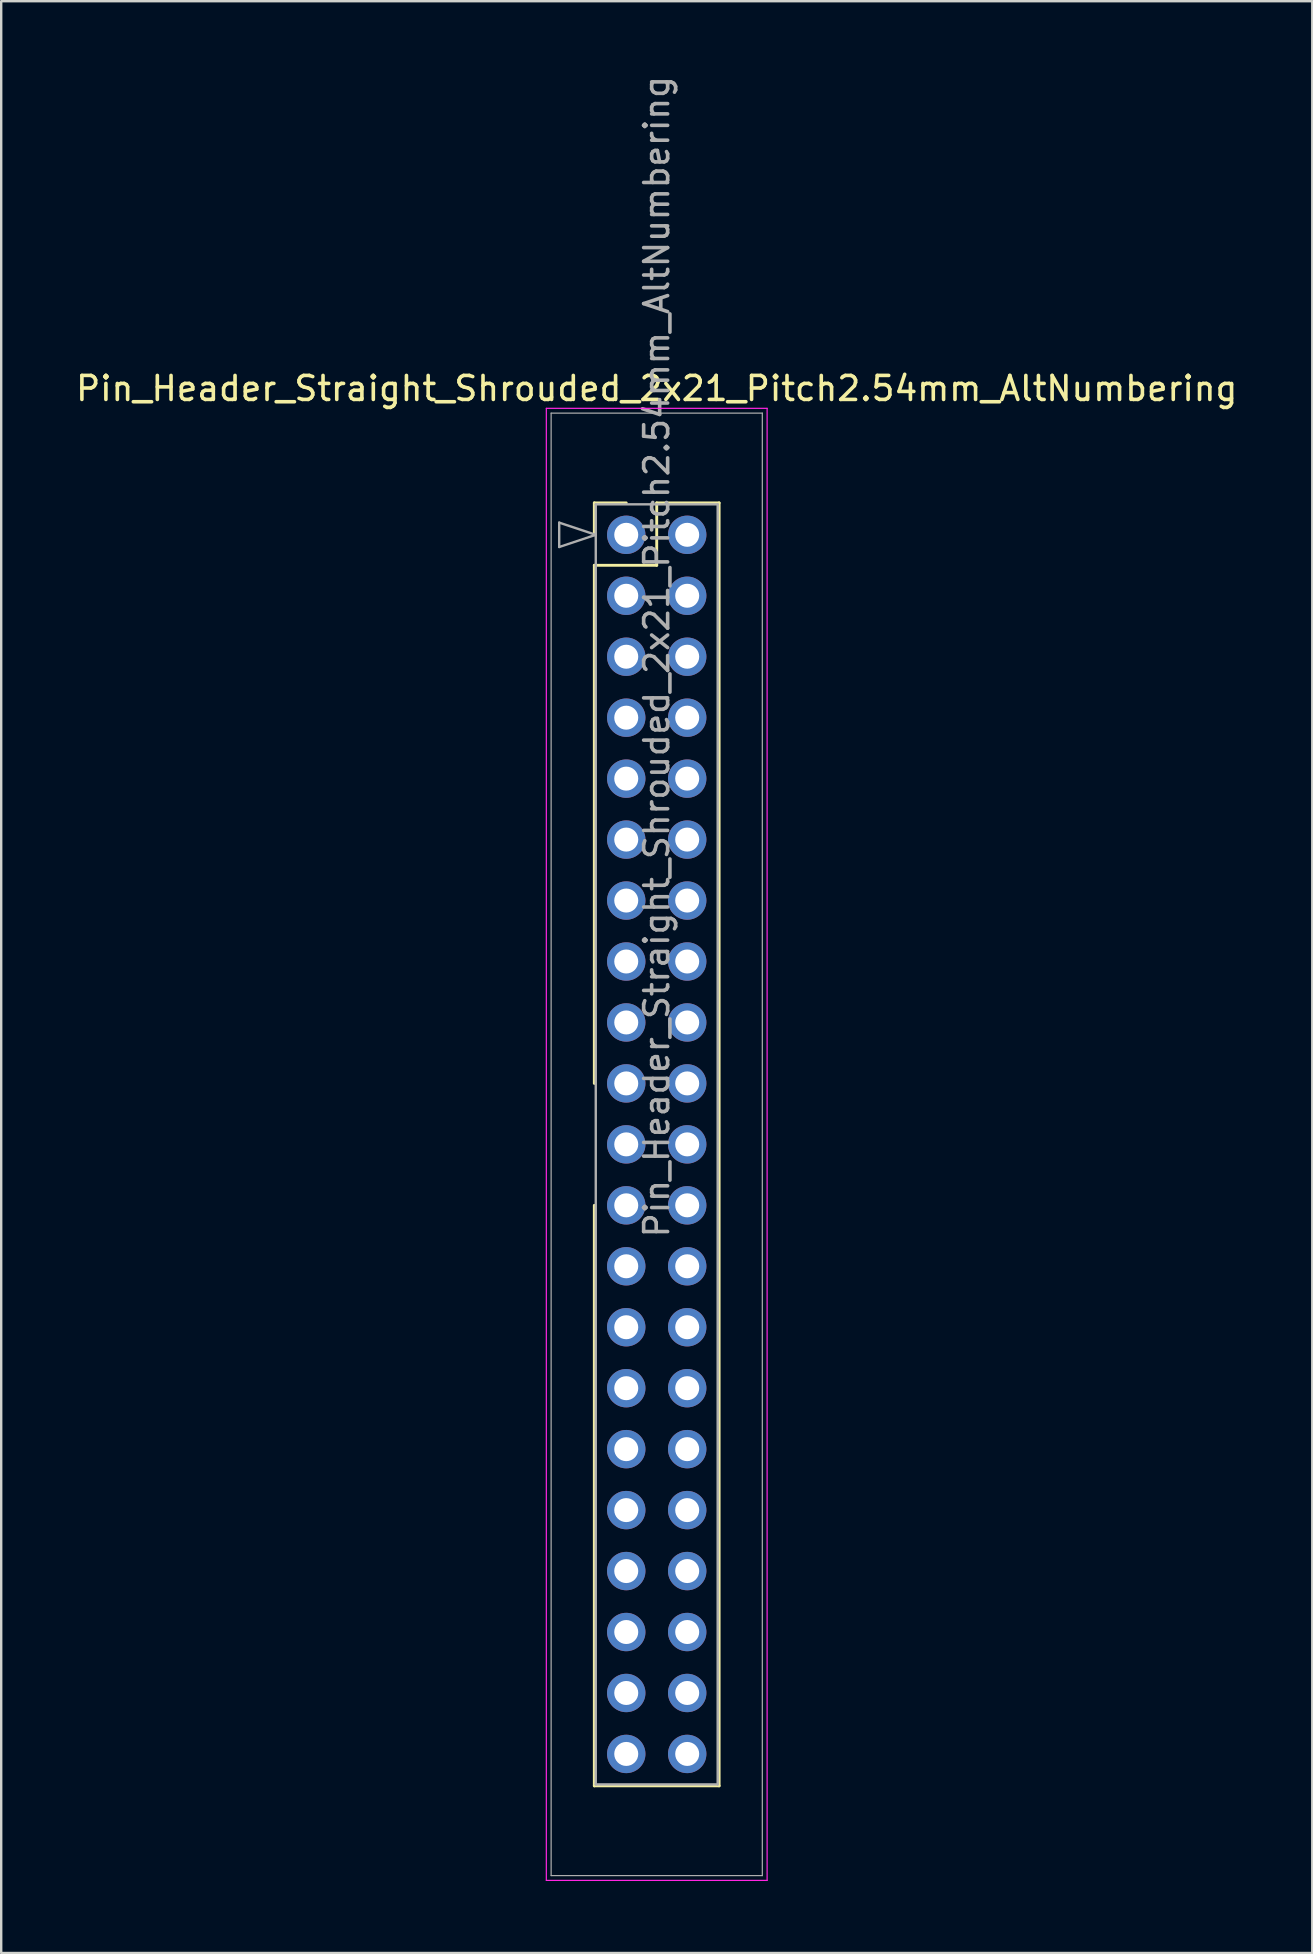
<source format=kicad_pcb>
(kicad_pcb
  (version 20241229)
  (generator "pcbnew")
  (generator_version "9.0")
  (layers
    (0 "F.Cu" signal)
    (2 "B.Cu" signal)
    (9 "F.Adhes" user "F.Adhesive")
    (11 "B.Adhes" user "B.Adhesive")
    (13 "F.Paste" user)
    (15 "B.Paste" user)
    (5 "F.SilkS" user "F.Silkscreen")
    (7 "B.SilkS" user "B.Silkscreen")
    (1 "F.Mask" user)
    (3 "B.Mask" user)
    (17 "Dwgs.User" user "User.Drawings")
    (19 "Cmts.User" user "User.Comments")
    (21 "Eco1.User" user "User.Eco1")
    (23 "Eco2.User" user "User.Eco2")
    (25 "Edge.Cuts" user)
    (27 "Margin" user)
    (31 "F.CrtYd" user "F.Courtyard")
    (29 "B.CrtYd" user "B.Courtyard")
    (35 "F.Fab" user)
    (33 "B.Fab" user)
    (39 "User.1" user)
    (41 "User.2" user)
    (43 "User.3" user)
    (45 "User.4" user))
  (footprint "Pin_Header_Straight_Shrouded_2x21_Pitch2.54mm_AltNumbering"
    (layer "F.Cu")
    (at 23.045 19.235)
    (property "Reference" "Pin_Header_Straight_Shrouded_2x21_Pitch2.54mm_AltNumbering" (at 1.27 -6.096 0) (layer "F.SilkS") (effects (font (size 1 1) (thickness 0.15))))
    (attr through_hole)
    (fp_line (start -1.33 -1.33) (end 0 -1.33) (stroke (width 0.12) (type solid)) (layer "F.SilkS"))
    (fp_line (start -1.33 0) (end -1.33 -1.33) (stroke (width 0.12) (type solid)) (layer "F.SilkS"))
    (fp_line (start -1.33 1.27) (end -1.33 22.86) (stroke (width 0.12) (type solid)) (layer "F.SilkS"))
    (fp_line (start -1.33 1.27) (end 1.27 1.27) (stroke (width 0.12) (type solid)) (layer "F.SilkS"))
    (fp_line (start -1.33 27.94) (end -1.33 52.13) (stroke (width 0.12) (type solid)) (layer "F.SilkS"))
    (fp_line (start -1.33 52.13) (end 3.87 52.13) (stroke (width 0.12) (type solid)) (layer "F.SilkS"))
    (fp_line (start 1.27 -1.33) (end 3.87 -1.33) (stroke (width 0.12) (type solid)) (layer "F.SilkS"))
    (fp_line (start 1.27 1.27) (end 1.27 -1.33) (stroke (width 0.12) (type solid)) (layer "F.SilkS"))
    (fp_line (start 3.87 -1.33) (end 3.87 52.13) (stroke (width 0.12) (type solid)) (layer "F.SilkS"))
    (fp_line (start -3.33 -5.27) (end -3.33 56.07) (stroke (width 0.05) (type solid)) (layer "F.CrtYd"))
    (fp_line (start -3.33 56.07) (end 5.87 56.07) (stroke (width 0.05) (type solid)) (layer "F.CrtYd"))
    (fp_line (start 5.87 -5.27) (end -3.33 -5.27) (stroke (width 0.05) (type solid)) (layer "F.CrtYd"))
    (fp_line (start 5.87 56.07) (end 5.87 -5.27) (stroke (width 0.05) (type solid)) (layer "F.CrtYd"))
    (fp_line (start -3.13 -5.07) (end -3.13 55.87) (stroke (width 0.05) (type solid)) (layer "F.Fab"))
    (fp_line (start -3.13 55.87) (end 5.67 55.87) (stroke (width 0.05) (type solid)) (layer "F.Fab"))
    (fp_line (start -2.794 -0.508) (end -1.27 0) (stroke (width 0.1) (type solid)) (layer "F.Fab"))
    (fp_line (start -2.794 0.508) (end -2.794 -0.508) (stroke (width 0.1) (type solid)) (layer "F.Fab"))
    (fp_line (start -1.27 -1.27) (end -1.27 52.07) (stroke (width 0.1) (type solid)) (layer "F.Fab"))
    (fp_line (start -1.27 0) (end -2.794 0.508) (stroke (width 0.1) (type solid)) (layer "F.Fab"))
    (fp_line (start -1.27 52.07) (end 3.81 52.07) (stroke (width 0.1) (type solid)) (layer "F.Fab"))
    (fp_line (start 3.81 -1.27) (end -1.27 -1.27) (stroke (width 0.1) (type solid)) (layer "F.Fab"))
    (fp_line (start 3.81 52.07) (end 3.81 -1.27) (stroke (width 0.1) (type solid)) (layer "F.Fab"))
    (fp_line (start 5.67 -5.07) (end -3.13 -5.07) (stroke (width 0.05) (type solid)) (layer "F.Fab"))
    (fp_line (start 5.67 55.87) (end 5.67 -5.07) (stroke (width 0.05) (type solid)) (layer "F.Fab"))
    (fp_text user "${REFERENCE}" (at 1.27 5.08 90) (layer "F.Fab") (effects (font (size 1 1) (thickness 0.15))))
    (pad "1" thru_hole oval (at 0 0) (size 1.6 1.6) (drill 1) (layers "*.Cu" "*.Mask"))
    (pad "2" thru_hole oval (at 0 2.54) (size 1.6 1.6) (drill 1) (layers "*.Cu" "*.Mask"))
    (pad "3" thru_hole oval (at 0 5.08) (size 1.6 1.6) (drill 1) (layers "*.Cu" "*.Mask"))
    (pad "4" thru_hole oval (at 0 7.62) (size 1.6 1.6) (drill 1) (layers "*.Cu" "*.Mask"))
    (pad "5" thru_hole oval (at 0 10.16) (size 1.6 1.6) (drill 1) (layers "*.Cu" "*.Mask"))
    (pad "6" thru_hole oval (at 0 12.7) (size 1.6 1.6) (drill 1) (layers "*.Cu" "*.Mask"))
    (pad "7" thru_hole oval (at 0 15.24) (size 1.6 1.6) (drill 1) (layers "*.Cu" "*.Mask"))
    (pad "8" thru_hole oval (at 0 17.78) (size 1.6 1.6) (drill 1) (layers "*.Cu" "*.Mask"))
    (pad "9" thru_hole oval (at 0 20.32) (size 1.6 1.6) (drill 1) (layers "*.Cu" "*.Mask"))
    (pad "10" thru_hole oval (at 0 22.86) (size 1.6 1.6) (drill 1) (layers "*.Cu" "*.Mask"))
    (pad "11" thru_hole oval (at 0 25.4) (size 1.6 1.6) (drill 1) (layers "*.Cu" "*.Mask"))
    (pad "12" thru_hole oval (at 0 27.94) (size 1.6 1.6) (drill 1) (layers "*.Cu" "*.Mask"))
    (pad "13" thru_hole oval (at 0 30.48) (size 1.6 1.6) (drill 1) (layers "*.Cu" "*.Mask"))
    (pad "14" thru_hole oval (at 0 33.02) (size 1.6 1.6) (drill 1) (layers "*.Cu" "*.Mask"))
    (pad "15" thru_hole oval (at 0 35.56) (size 1.6 1.6) (drill 1) (layers "*.Cu" "*.Mask"))
    (pad "16" thru_hole oval (at 0 38.1) (size 1.6 1.6) (drill 1) (layers "*.Cu" "*.Mask"))
    (pad "17" thru_hole oval (at 0 40.64) (size 1.6 1.6) (drill 1) (layers "*.Cu" "*.Mask"))
    (pad "18" thru_hole oval (at 0 43.18) (size 1.6 1.6) (drill 1) (layers "*.Cu" "*.Mask"))
    (pad "19" thru_hole oval (at 0 45.72) (size 1.6 1.6) (drill 1) (layers "*.Cu" "*.Mask"))
    (pad "20" thru_hole oval (at 0 48.26) (size 1.6 1.6) (drill 1) (layers "*.Cu" "*.Mask"))
    (pad "21" thru_hole oval (at 0 50.8) (size 1.6 1.6) (drill 1) (layers "*.Cu" "*.Mask"))
    (pad "22" thru_hole oval (at 2.54 0) (size 1.6 1.6) (drill 1) (layers "*.Cu" "*.Mask"))
    (pad "23" thru_hole oval (at 2.54 2.54) (size 1.6 1.6) (drill 1) (layers "*.Cu" "*.Mask"))
    (pad "24" thru_hole oval (at 2.54 5.08) (size 1.6 1.6) (drill 1) (layers "*.Cu" "*.Mask"))
    (pad "25" thru_hole oval (at 2.54 7.62) (size 1.6 1.6) (drill 1) (layers "*.Cu" "*.Mask"))
    (pad "26" thru_hole oval (at 2.54 10.16) (size 1.6 1.6) (drill 1) (layers "*.Cu" "*.Mask"))
    (pad "27" thru_hole oval (at 2.54 12.7) (size 1.6 1.6) (drill 1) (layers "*.Cu" "*.Mask"))
    (pad "28" thru_hole oval (at 2.54 15.24) (size 1.6 1.6) (drill 1) (layers "*.Cu" "*.Mask"))
    (pad "29" thru_hole oval (at 2.54 17.78) (size 1.6 1.6) (drill 1) (layers "*.Cu" "*.Mask"))
    (pad "30" thru_hole oval (at 2.54 20.32) (size 1.6 1.6) (drill 1) (layers "*.Cu" "*.Mask"))
    (pad "31" thru_hole oval (at 2.54 22.86) (size 1.6 1.6) (drill 1) (layers "*.Cu" "*.Mask"))
    (pad "32" thru_hole oval (at 2.54 25.4) (size 1.6 1.6) (drill 1) (layers "*.Cu" "*.Mask"))
    (pad "33" thru_hole oval (at 2.54 27.94) (size 1.6 1.6) (drill 1) (layers "*.Cu" "*.Mask"))
    (pad "34" thru_hole oval (at 2.54 30.48) (size 1.6 1.6) (drill 1) (layers "*.Cu" "*.Mask"))
    (pad "35" thru_hole oval (at 2.54 33.02) (size 1.6 1.6) (drill 1) (layers "*.Cu" "*.Mask"))
    (pad "36" thru_hole oval (at 2.54 35.56) (size 1.6 1.6) (drill 1) (layers "*.Cu" "*.Mask"))
    (pad "37" thru_hole oval (at 2.54 38.1) (size 1.6 1.6) (drill 1) (layers "*.Cu" "*.Mask"))
    (pad "38" thru_hole oval (at 2.54 40.64) (size 1.6 1.6) (drill 1) (layers "*.Cu" "*.Mask"))
    (pad "39" thru_hole oval (at 2.54 43.18) (size 1.6 1.6) (drill 1) (layers "*.Cu" "*.Mask"))
    (pad "40" thru_hole oval (at 2.54 45.72) (size 1.6 1.6) (drill 1) (layers "*.Cu" "*.Mask"))
    (pad "41" thru_hole oval (at 2.54 48.26) (size 1.6 1.6) (drill 1) (layers "*.Cu" "*.Mask"))
    (pad "42" thru_hole oval (at 2.54 50.8) (size 1.6 1.6) (drill 1) (layers "*.Cu" "*.Mask")))
  (gr_rect
    (start -3 -3)
    (end 51.631 78.33)
    (stroke (width 0.1) (type default))
    (fill no)
    (layer "Edge.Cuts")))
</source>
